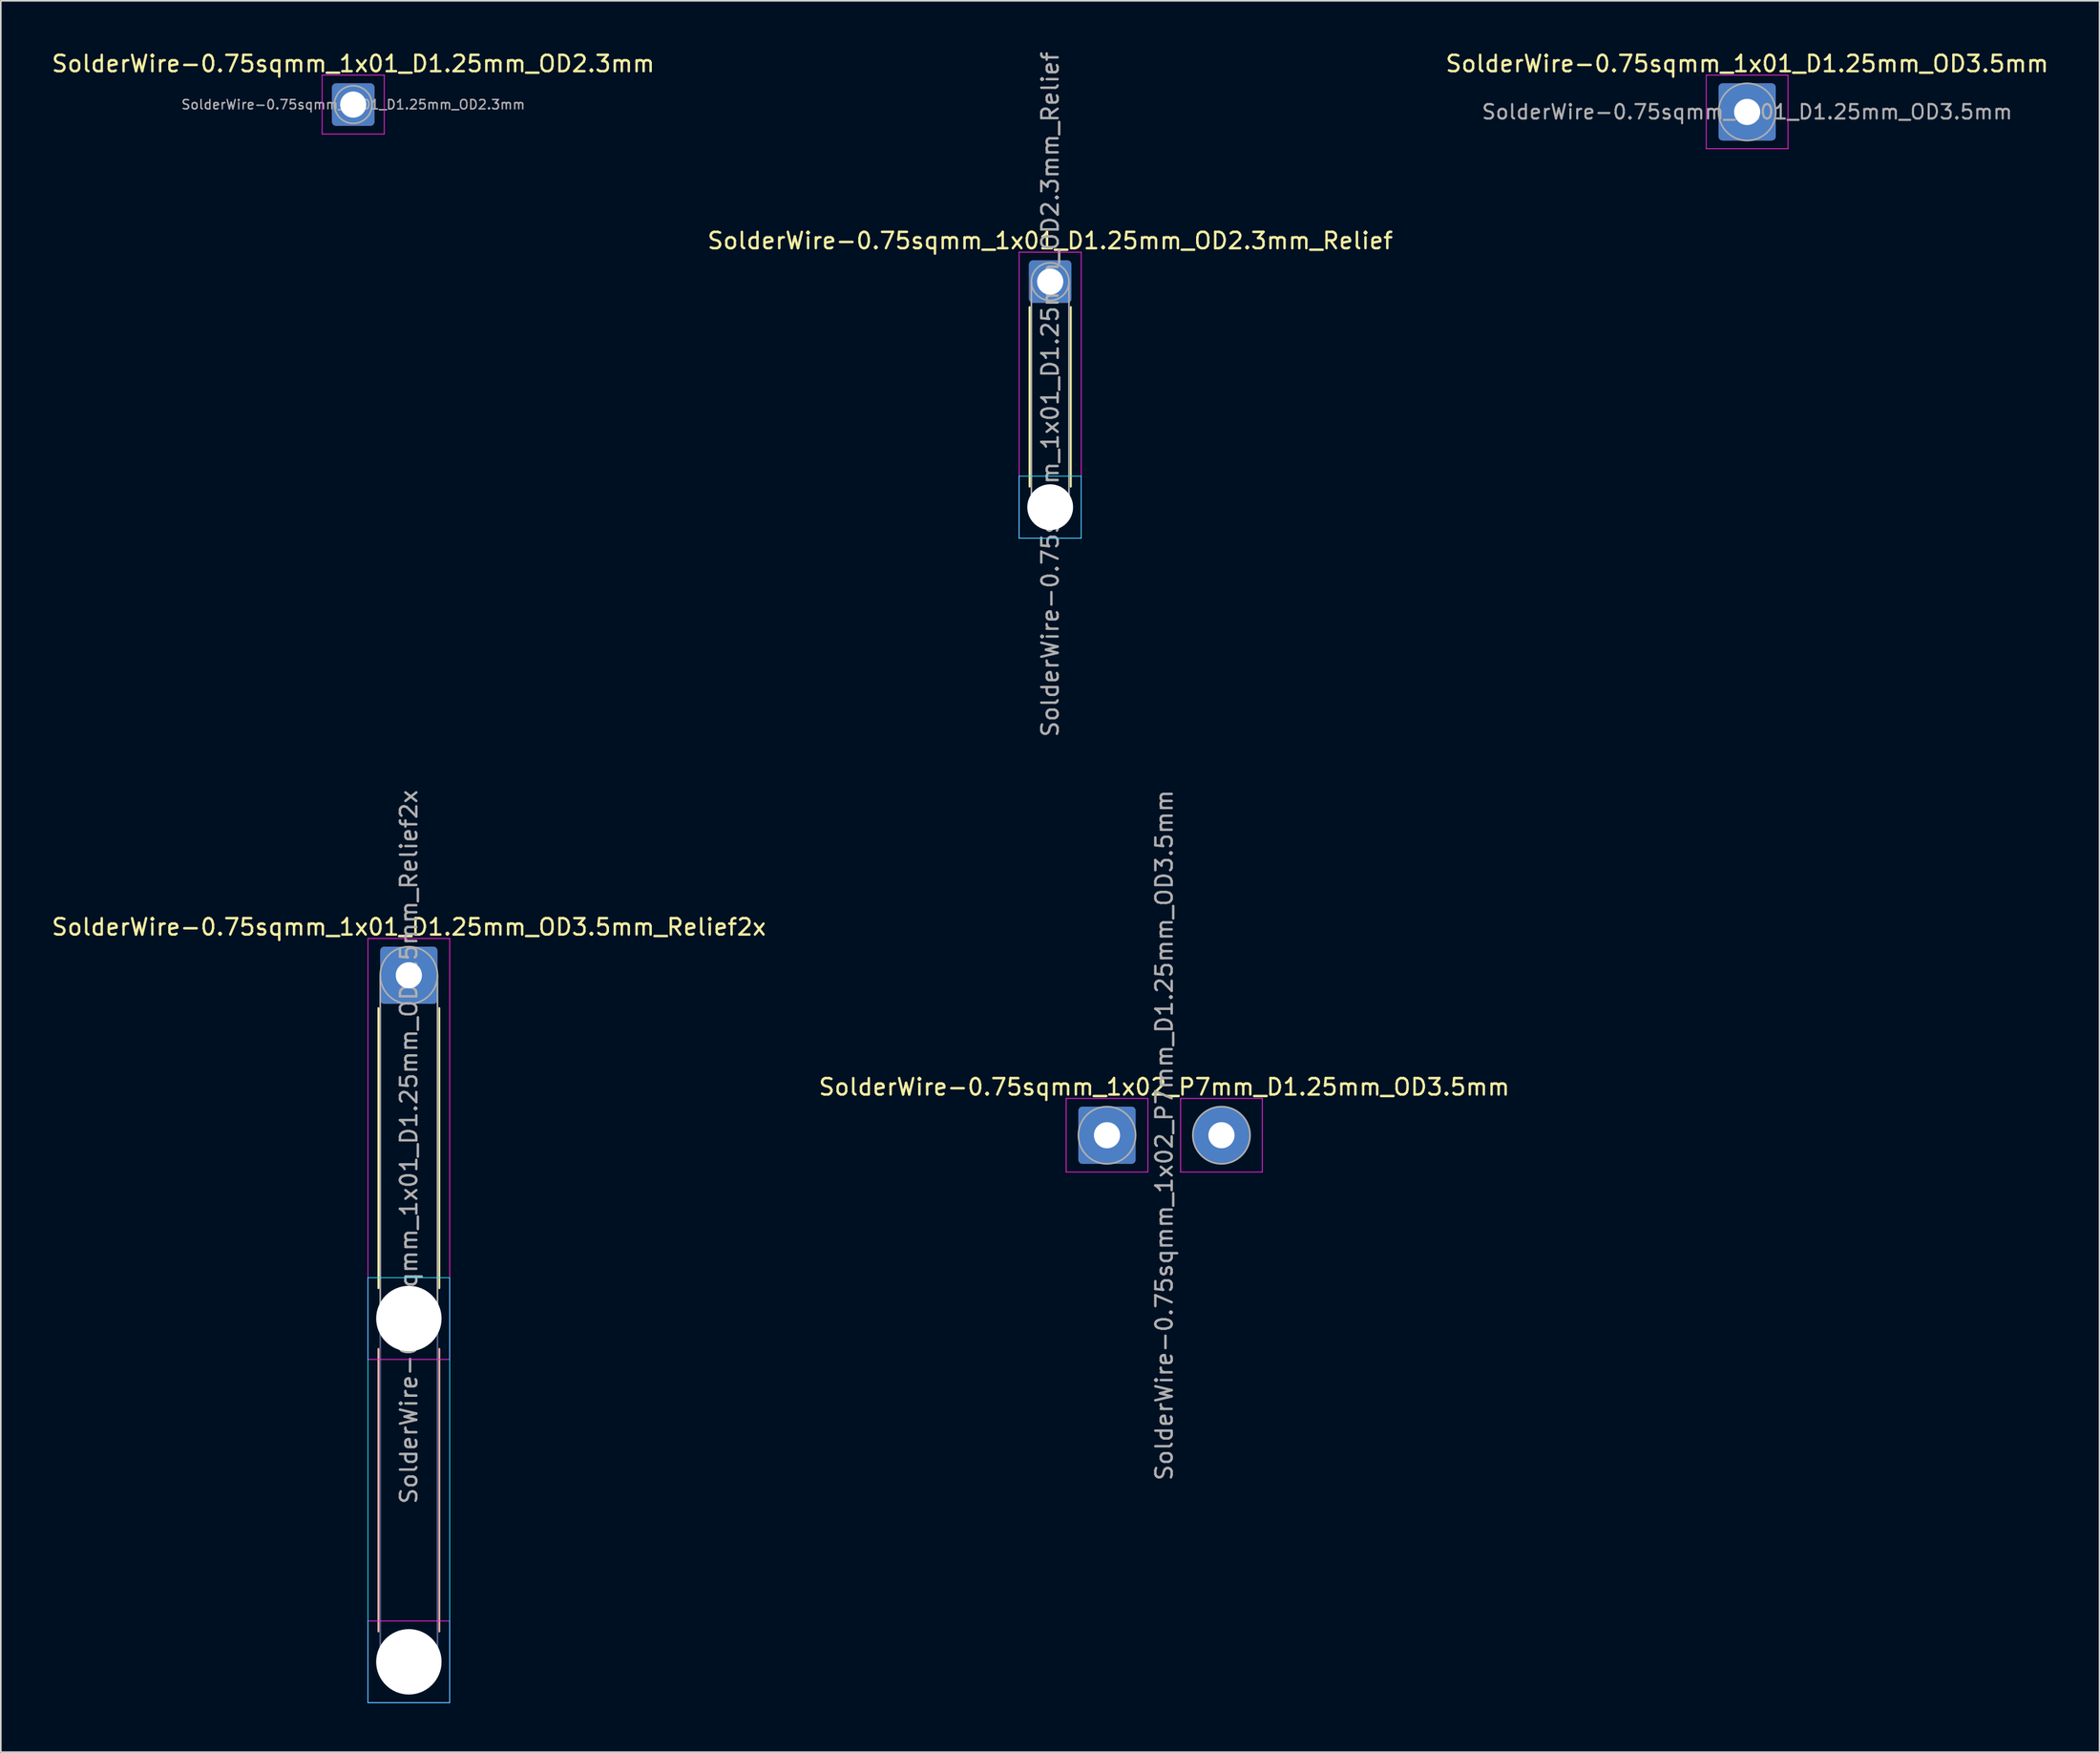
<source format=kicad_pcb>
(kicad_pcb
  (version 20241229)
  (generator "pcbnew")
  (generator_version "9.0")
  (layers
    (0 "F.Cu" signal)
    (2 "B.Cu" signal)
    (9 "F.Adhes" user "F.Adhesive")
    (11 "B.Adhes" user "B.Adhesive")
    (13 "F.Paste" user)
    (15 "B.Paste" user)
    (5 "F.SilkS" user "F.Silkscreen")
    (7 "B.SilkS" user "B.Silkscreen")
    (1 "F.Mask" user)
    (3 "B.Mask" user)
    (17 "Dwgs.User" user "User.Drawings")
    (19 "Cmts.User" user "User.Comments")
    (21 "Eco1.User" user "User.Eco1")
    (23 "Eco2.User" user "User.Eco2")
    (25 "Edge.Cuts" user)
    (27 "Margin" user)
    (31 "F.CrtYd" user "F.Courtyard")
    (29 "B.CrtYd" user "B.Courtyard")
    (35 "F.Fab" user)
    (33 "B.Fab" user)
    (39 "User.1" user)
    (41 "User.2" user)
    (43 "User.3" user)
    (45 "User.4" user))
  (footprint "SolderWire-0.75sqmm_1x01_D1.25mm_OD3.5mm"
    (layer "F.Cu")
    (at 103.815 3.798)
    (property "Reference" "SolderWire-0.75sqmm_1x01_D1.25mm_OD3.5mm" (at 0 -2.95 0) (layer "F.SilkS") (effects (font (size 1 1) (thickness 0.15))))
    (attr exclude_from_pos_files exclude_from_bom)
    (fp_line (start -2.5 -2.25) (end -2.5 2.25) (stroke (width 0.05) (type solid)) (layer "F.CrtYd"))
    (fp_line (start -2.5 2.25) (end 2.5 2.25) (stroke (width 0.05) (type solid)) (layer "F.CrtYd"))
    (fp_line (start 2.5 -2.25) (end -2.5 -2.25) (stroke (width 0.05) (type solid)) (layer "F.CrtYd"))
    (fp_line (start 2.5 2.25) (end 2.5 -2.25) (stroke (width 0.05) (type solid)) (layer "F.CrtYd"))
    (fp_circle (center 0 0) (end 1.75 0) (stroke (width 0.1) (type solid)) (fill no) (layer "F.Fab"))
    (fp_text user "${REFERENCE}" (at 0 0 0) (layer "F.Fab") (effects (font (size 0.88 0.88) (thickness 0.13))))
    (pad "1" thru_hole roundrect (at 0 0) (size 3.5 3.5) (drill 1.6) (layers "*.Cu" "*.Mask") (roundrect_rratio 0.071)))
  (footprint "SolderWire-0.75sqmm_1x02_P7mm_D1.25mm_OD3.5mm"
    (layer "F.Cu")
    (at 64.661 66.399)
    (property "Reference" "SolderWire-0.75sqmm_1x02_P7mm_D1.25mm_OD3.5mm" (at 3.5 -2.95 0) (layer "F.SilkS") (effects (font (size 1 1) (thickness 0.15))))
    (attr exclude_from_pos_files exclude_from_bom)
    (fp_line (start -2.5 -2.25) (end -2.5 2.25) (stroke (width 0.05) (type solid)) (layer "F.CrtYd"))
    (fp_line (start -2.5 2.25) (end 2.5 2.25) (stroke (width 0.05) (type solid)) (layer "F.CrtYd"))
    (fp_line (start 2.5 -2.25) (end -2.5 -2.25) (stroke (width 0.05) (type solid)) (layer "F.CrtYd"))
    (fp_line (start 2.5 2.25) (end 2.5 -2.25) (stroke (width 0.05) (type solid)) (layer "F.CrtYd"))
    (fp_line (start 4.5 -2.25) (end 4.5 2.25) (stroke (width 0.05) (type solid)) (layer "F.CrtYd"))
    (fp_line (start 4.5 2.25) (end 9.5 2.25) (stroke (width 0.05) (type solid)) (layer "F.CrtYd"))
    (fp_line (start 9.5 -2.25) (end 4.5 -2.25) (stroke (width 0.05) (type solid)) (layer "F.CrtYd"))
    (fp_line (start 9.5 2.25) (end 9.5 -2.25) (stroke (width 0.05) (type solid)) (layer "F.CrtYd"))
    (fp_circle (center 0 0) (end 1.75 0) (stroke (width 0.1) (type solid)) (fill no) (layer "F.Fab"))
    (fp_circle (center 7 0) (end 8.75 0) (stroke (width 0.1) (type solid)) (fill no) (layer "F.Fab"))
    (fp_text user "${REFERENCE}" (at 3.5 0 90) (layer "F.Fab") (effects (font (size 1 1) (thickness 0.15))))
    (pad "1" thru_hole roundrect (at 0 0) (size 3.5 3.5) (drill 1.6) (layers "*.Cu" "*.Mask") (roundrect_rratio 0.071))
    (pad "2" thru_hole circle (at 7 0) (size 3.5 3.5) (drill 1.6) (layers "*.Cu" "*.Mask")))
  (footprint "SolderWire-0.75sqmm_1x01_D1.25mm_OD3.5mm_Relief2x"
    (layer "F.Cu")
    (at 21.958 56.613)
    (property "Reference" "SolderWire-0.75sqmm_1x01_D1.25mm_OD3.5mm_Relief2x" (at 0 -2.95 0) (layer "F.SilkS") (effects (font (size 1 1) (thickness 0.15))))
    (attr exclude_from_pos_files exclude_from_bom)
    (fp_line (start -1.86 2.01) (end -1.86 19.14) (stroke (width 0.12) (type solid)) (layer "F.SilkS"))
    (fp_line (start 1.86 2.01) (end 1.86 19.14) (stroke (width 0.12) (type solid)) (layer "F.SilkS"))
    (fp_line (start -1.86 22.86) (end -1.86 40.14) (stroke (width 0.12) (type solid)) (layer "B.SilkS"))
    (fp_line (start 1.86 22.86) (end 1.86 40.14) (stroke (width 0.12) (type solid)) (layer "B.SilkS"))
    (fp_line (start -2.5 18.5) (end -2.5 44.5) (stroke (width 0.05) (type solid)) (layer "B.CrtYd"))
    (fp_line (start -2.5 44.5) (end 2.5 44.5) (stroke (width 0.05) (type solid)) (layer "B.CrtYd"))
    (fp_line (start 2.5 18.5) (end -2.5 18.5) (stroke (width 0.05) (type solid)) (layer "B.CrtYd"))
    (fp_line (start 2.5 44.5) (end 2.5 18.5) (stroke (width 0.05) (type solid)) (layer "B.CrtYd"))
    (fp_line (start -2.5 -2.25) (end -2.5 23.5) (stroke (width 0.05) (type solid)) (layer "F.CrtYd"))
    (fp_line (start -2.5 23.5) (end 2.5 23.5) (stroke (width 0.05) (type solid)) (layer "F.CrtYd"))
    (fp_line (start -2.5 39.5) (end -2.5 44.5) (stroke (width 0.05) (type solid)) (layer "F.CrtYd"))
    (fp_line (start -2.5 44.5) (end 2.5 44.5) (stroke (width 0.05) (type solid)) (layer "F.CrtYd"))
    (fp_line (start 2.5 -2.25) (end -2.5 -2.25) (stroke (width 0.05) (type solid)) (layer "F.CrtYd"))
    (fp_line (start 2.5 23.5) (end 2.5 -2.25) (stroke (width 0.05) (type solid)) (layer "F.CrtYd"))
    (fp_line (start 2.5 39.5) (end -2.5 39.5) (stroke (width 0.05) (type solid)) (layer "F.CrtYd"))
    (fp_line (start 2.5 44.5) (end 2.5 39.5) (stroke (width 0.05) (type solid)) (layer "F.CrtYd"))
    (fp_line (start -1.75 21) (end -1.75 42) (stroke (width 0.1) (type solid)) (layer "B.Fab"))
    (fp_line (start 1.75 21) (end 1.75 42) (stroke (width 0.1) (type solid)) (layer "B.Fab"))
    (fp_circle (center 0 21) (end 1.75 21) (stroke (width 0.1) (type solid)) (fill no) (layer "B.Fab"))
    (fp_circle (center 0 42) (end 1.75 42) (stroke (width 0.1) (type solid)) (fill no) (layer "B.Fab"))
    (fp_line (start -1.75 0) (end -1.75 21) (stroke (width 0.1) (type solid)) (layer "F.Fab"))
    (fp_line (start 1.75 0) (end 1.75 21) (stroke (width 0.1) (type solid)) (layer "F.Fab"))
    (fp_circle (center 0 0) (end 1.75 0) (stroke (width 0.1) (type solid)) (fill no) (layer "F.Fab"))
    (fp_circle (center 0 21) (end 1.75 21) (stroke (width 0.1) (type solid)) (fill no) (layer "F.Fab"))
    (fp_circle (center 0 42) (end 1.75 42) (stroke (width 0.1) (type solid)) (fill no) (layer "F.Fab"))
    (fp_text user "${REFERENCE}" (at 0 10.5 90) (layer "F.Fab") (effects (font (size 1 1) (thickness 0.15))))
    (pad "" np_thru_hole circle (at 0 21) (size 4 4) (drill 4) (layers "*.Cu" "*.Mask"))
    (pad "" np_thru_hole circle (at 0 42) (size 4 4) (drill 4) (layers "*.Cu" "*.Mask"))
    (pad "1" thru_hole roundrect (at 0 0) (size 3.5 3.5) (drill 1.6) (layers "*.Cu" "*.Mask") (roundrect_rratio 0.071)))
  (footprint "SolderWire-0.75sqmm_1x01_D1.25mm_OD2.3mm_Relief"
    (layer "F.Cu")
    (at 61.185 14.177)
    (property "Reference" "SolderWire-0.75sqmm_1x01_D1.25mm_OD2.3mm_Relief" (at 0 -2.5 0) (layer "F.SilkS") (effects (font (size 1 1) (thickness 0.15))))
    (attr exclude_from_pos_files exclude_from_bom)
    (fp_line (start -1.26 1.56) (end -1.26 12.54) (stroke (width 0.12) (type solid)) (layer "F.SilkS"))
    (fp_line (start 1.26 1.56) (end 1.26 12.54) (stroke (width 0.12) (type solid)) (layer "F.SilkS"))
    (fp_line (start -1.9 11.9) (end -1.9 15.7) (stroke (width 0.05) (type solid)) (layer "B.CrtYd"))
    (fp_line (start -1.9 15.7) (end 1.9 15.7) (stroke (width 0.05) (type solid)) (layer "B.CrtYd"))
    (fp_line (start 1.9 11.9) (end -1.9 11.9) (stroke (width 0.05) (type solid)) (layer "B.CrtYd"))
    (fp_line (start 1.9 15.7) (end 1.9 11.9) (stroke (width 0.05) (type solid)) (layer "B.CrtYd"))
    (fp_line (start -1.9 -1.8) (end -1.9 15.7) (stroke (width 0.05) (type solid)) (layer "F.CrtYd"))
    (fp_line (start -1.9 15.7) (end 1.9 15.7) (stroke (width 0.05) (type solid)) (layer "F.CrtYd"))
    (fp_line (start 1.9 -1.8) (end -1.9 -1.8) (stroke (width 0.05) (type solid)) (layer "F.CrtYd"))
    (fp_line (start 1.9 15.7) (end 1.9 -1.8) (stroke (width 0.05) (type solid)) (layer "F.CrtYd"))
    (fp_line (start -1.15 0) (end -1.15 13.8) (stroke (width 0.1) (type solid)) (layer "F.Fab"))
    (fp_line (start 1.15 0) (end 1.15 13.8) (stroke (width 0.1) (type solid)) (layer "F.Fab"))
    (fp_circle (center 0 0) (end 1.15 0) (stroke (width 0.1) (type solid)) (fill no) (layer "F.Fab"))
    (fp_circle (center 0 13.8) (end 1.15 13.8) (stroke (width 0.1) (type solid)) (fill no) (layer "F.Fab"))
    (fp_text user "${REFERENCE}" (at 0 6.9 90) (layer "F.Fab") (effects (font (size 1 1) (thickness 0.15))))
    (pad "" np_thru_hole circle (at 0 13.8) (size 2.8 2.8) (drill 2.8) (layers "*.Cu" "*.Mask"))
    (pad "1" thru_hole roundrect (at 0 0) (size 2.6 2.6) (drill 1.6) (layers "*.Cu" "*.Mask") (roundrect_rratio 0.096)))
  (footprint "SolderWire-0.75sqmm_1x01_D1.25mm_OD2.3mm"
    (layer "F.Cu")
    (at 18.554 3.348)
    (property "Reference" "SolderWire-0.75sqmm_1x01_D1.25mm_OD2.3mm" (at 0 -2.5 0) (layer "F.SilkS") (effects (font (size 1 1) (thickness 0.15))))
    (attr exclude_from_pos_files exclude_from_bom)
    (fp_line (start -1.9 -1.8) (end -1.9 1.8) (stroke (width 0.05) (type solid)) (layer "F.CrtYd"))
    (fp_line (start -1.9 1.8) (end 1.9 1.8) (stroke (width 0.05) (type solid)) (layer "F.CrtYd"))
    (fp_line (start 1.9 -1.8) (end -1.9 -1.8) (stroke (width 0.05) (type solid)) (layer "F.CrtYd"))
    (fp_line (start 1.9 1.8) (end 1.9 -1.8) (stroke (width 0.05) (type solid)) (layer "F.CrtYd"))
    (fp_circle (center 0 0) (end 1.15 0) (stroke (width 0.1) (type solid)) (fill no) (layer "F.Fab"))
    (fp_text user "${REFERENCE}" (at 0 0 0) (layer "F.Fab") (effects (font (size 0.57 0.57) (thickness 0.09))))
    (pad "1" thru_hole roundrect (at 0 0) (size 2.6 2.6) (drill 1.6) (layers "*.Cu" "*.Mask") (roundrect_rratio 0.096)))
  (gr_rect
    (start -3 -3)
    (end 125.369 104.138)
    (stroke (width 0.1) (type default))
    (fill no)
    (layer "Edge.Cuts")))
</source>
